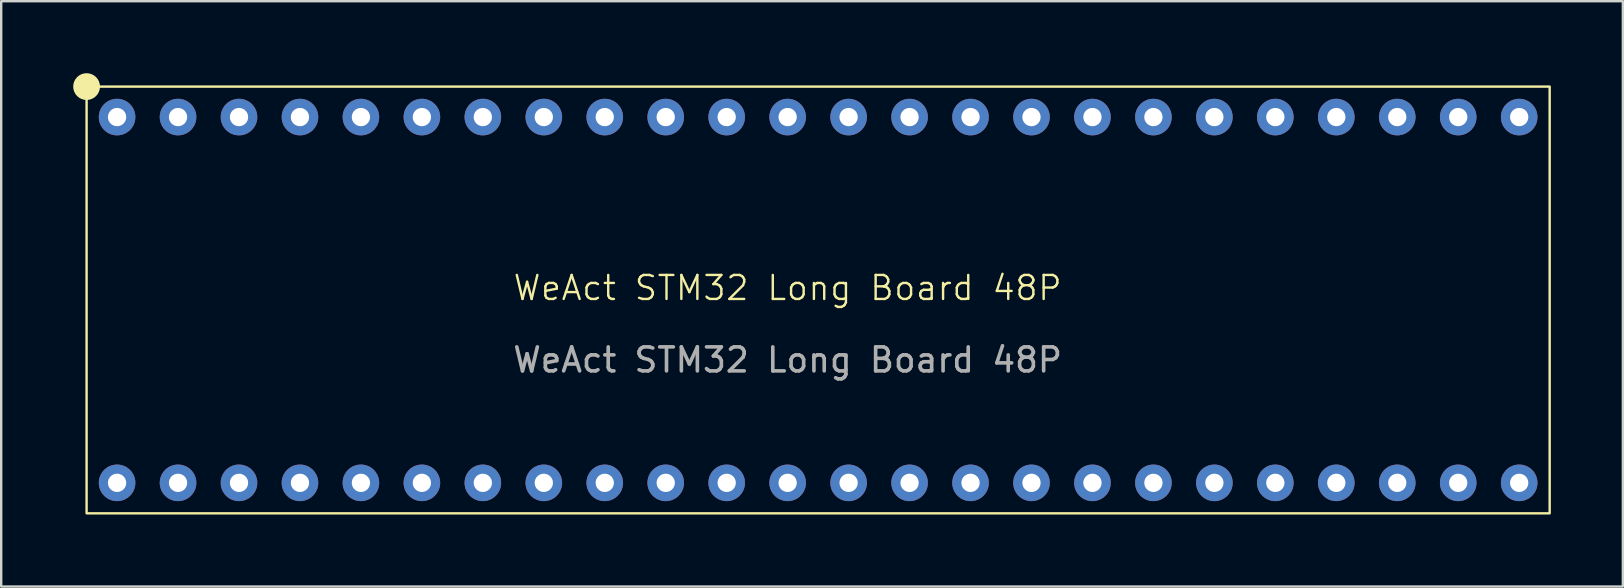
<source format=kicad_pcb>
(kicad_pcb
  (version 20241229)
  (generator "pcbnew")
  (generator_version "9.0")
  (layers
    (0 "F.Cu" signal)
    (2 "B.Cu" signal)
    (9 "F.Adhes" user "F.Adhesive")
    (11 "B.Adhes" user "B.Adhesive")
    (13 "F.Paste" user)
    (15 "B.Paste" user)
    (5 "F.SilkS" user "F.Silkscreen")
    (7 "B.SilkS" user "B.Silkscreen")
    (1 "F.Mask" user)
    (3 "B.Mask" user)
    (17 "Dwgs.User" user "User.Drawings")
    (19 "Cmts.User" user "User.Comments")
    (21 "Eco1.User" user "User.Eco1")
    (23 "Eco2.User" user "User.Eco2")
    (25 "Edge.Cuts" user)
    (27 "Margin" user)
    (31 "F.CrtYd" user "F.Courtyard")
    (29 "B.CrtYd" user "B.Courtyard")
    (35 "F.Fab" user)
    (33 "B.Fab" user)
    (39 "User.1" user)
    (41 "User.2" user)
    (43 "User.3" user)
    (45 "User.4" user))
  (footprint "WeAct STM32 Long Board 48P"
    (layer "F.Cu")
    (at 29.768 9.448)
    (property "Reference" "WeAct STM32 Long Board 48P" (at 0 -0.5 0) (unlocked yes) (layer "F.SilkS") (effects (font (size 1 1) (thickness 0.1))))
    (attr through_hole)
    (fp_rect (start -29.21 -8.89) (end 31.75 8.89) (stroke (width 0.1) (type default)) (fill no) (layer "F.SilkS"))
    (fp_circle (center -29.21 -8.89) (end -28.702 -8.89) (stroke (width 0.1) (type default)) (fill yes) (layer "F.SilkS"))
    (fp_text user "${REFERENCE}" (at 0 2.5 0) (unlocked yes) (layer "F.Fab") (effects (font (size 1 1) (thickness 0.15))))
    (pad "1" thru_hole circle (at -27.94 -7.62) (size 1.524 1.524) (drill 0.762) (layers "*.Cu" "*.Mask"))
    (pad "2" thru_hole circle (at -25.4 -7.62) (size 1.524 1.524) (drill 0.762) (layers "*.Cu" "*.Mask"))
    (pad "3" thru_hole circle (at -22.86 -7.62) (size 1.524 1.524) (drill 0.762) (layers "*.Cu" "*.Mask"))
    (pad "4" thru_hole circle (at -20.32 -7.62) (size 1.524 1.524) (drill 0.762) (layers "*.Cu" "*.Mask"))
    (pad "5" thru_hole circle (at -17.78 -7.62) (size 1.524 1.524) (drill 0.762) (layers "*.Cu" "*.Mask"))
    (pad "6" thru_hole circle (at -15.24 -7.62) (size 1.524 1.524) (drill 0.762) (layers "*.Cu" "*.Mask"))
    (pad "7" thru_hole circle (at -12.7 -7.62) (size 1.524 1.524) (drill 0.762) (layers "*.Cu" "*.Mask"))
    (pad "8" thru_hole circle (at -10.16 -7.62) (size 1.524 1.524) (drill 0.762) (layers "*.Cu" "*.Mask"))
    (pad "9" thru_hole circle (at -7.62 -7.62) (size 1.524 1.524) (drill 0.762) (layers "*.Cu" "*.Mask"))
    (pad "10" thru_hole circle (at -5.08 -7.62) (size 1.524 1.524) (drill 0.762) (layers "*.Cu" "*.Mask"))
    (pad "11" thru_hole circle (at -2.54 -7.62) (size 1.524 1.524) (drill 0.762) (layers "*.Cu" "*.Mask"))
    (pad "12" thru_hole circle (at 0 -7.62) (size 1.524 1.524) (drill 0.762) (layers "*.Cu" "*.Mask"))
    (pad "13" thru_hole circle (at 2.54 -7.62) (size 1.524 1.524) (drill 0.762) (layers "*.Cu" "*.Mask"))
    (pad "14" thru_hole circle (at 5.08 -7.62) (size 1.524 1.524) (drill 0.762) (layers "*.Cu" "*.Mask"))
    (pad "15" thru_hole circle (at 7.62 -7.62) (size 1.524 1.524) (drill 0.762) (layers "*.Cu" "*.Mask"))
    (pad "16" thru_hole circle (at 10.16 -7.62) (size 1.524 1.524) (drill 0.762) (layers "*.Cu" "*.Mask"))
    (pad "17" thru_hole circle (at 12.7 -7.62) (size 1.524 1.524) (drill 0.762) (layers "*.Cu" "*.Mask"))
    (pad "18" thru_hole circle (at 15.24 -7.62) (size 1.524 1.524) (drill 0.762) (layers "*.Cu" "*.Mask"))
    (pad "19" thru_hole circle (at 17.78 -7.62) (size 1.524 1.524) (drill 0.762) (layers "*.Cu" "*.Mask"))
    (pad "20" thru_hole circle (at 20.32 -7.62) (size 1.524 1.524) (drill 0.762) (layers "*.Cu" "*.Mask"))
    (pad "21" thru_hole circle (at 22.86 -7.62) (size 1.524 1.524) (drill 0.762) (layers "*.Cu" "*.Mask"))
    (pad "22" thru_hole circle (at 25.4 -7.62) (size 1.524 1.524) (drill 0.762) (layers "*.Cu" "*.Mask"))
    (pad "23" thru_hole circle (at 27.94 -7.62) (size 1.524 1.524) (drill 0.762) (layers "*.Cu" "*.Mask"))
    (pad "24" thru_hole circle (at 30.48 -7.62) (size 1.524 1.524) (drill 0.762) (layers "*.Cu" "*.Mask"))
    (pad "25" thru_hole circle (at -27.94 7.62) (size 1.524 1.524) (drill 0.762) (layers "*.Cu" "*.Mask"))
    (pad "26" thru_hole circle (at -25.4 7.62) (size 1.524 1.524) (drill 0.762) (layers "*.Cu" "*.Mask"))
    (pad "27" thru_hole circle (at -22.86 7.62) (size 1.524 1.524) (drill 0.762) (layers "*.Cu" "*.Mask"))
    (pad "28" thru_hole circle (at -20.32 7.62) (size 1.524 1.524) (drill 0.762) (layers "*.Cu" "*.Mask"))
    (pad "29" thru_hole circle (at -17.78 7.62) (size 1.524 1.524) (drill 0.762) (layers "*.Cu" "*.Mask"))
    (pad "30" thru_hole circle (at -15.24 7.62) (size 1.524 1.524) (drill 0.762) (layers "*.Cu" "*.Mask"))
    (pad "31" thru_hole circle (at -12.7 7.62) (size 1.524 1.524) (drill 0.762) (layers "*.Cu" "*.Mask"))
    (pad "32" thru_hole circle (at -10.16 7.62) (size 1.524 1.524) (drill 0.762) (layers "*.Cu" "*.Mask"))
    (pad "33" thru_hole circle (at -7.62 7.62) (size 1.524 1.524) (drill 0.762) (layers "*.Cu" "*.Mask"))
    (pad "34" thru_hole circle (at -5.08 7.62) (size 1.524 1.524) (drill 0.762) (layers "*.Cu" "*.Mask"))
    (pad "35" thru_hole circle (at -2.54 7.62) (size 1.524 1.524) (drill 0.762) (layers "*.Cu" "*.Mask"))
    (pad "36" thru_hole circle (at 0 7.62) (size 1.524 1.524) (drill 0.762) (layers "*.Cu" "*.Mask"))
    (pad "37" thru_hole circle (at 2.54 7.62) (size 1.524 1.524) (drill 0.762) (layers "*.Cu" "*.Mask"))
    (pad "38" thru_hole circle (at 5.08 7.62) (size 1.524 1.524) (drill 0.762) (layers "*.Cu" "*.Mask"))
    (pad "39" thru_hole circle (at 7.62 7.62) (size 1.524 1.524) (drill 0.762) (layers "*.Cu" "*.Mask"))
    (pad "40" thru_hole circle (at 10.16 7.62) (size 1.524 1.524) (drill 0.762) (layers "*.Cu" "*.Mask"))
    (pad "41" thru_hole circle (at 12.7 7.62) (size 1.524 1.524) (drill 0.762) (layers "*.Cu" "*.Mask"))
    (pad "42" thru_hole circle (at 15.24 7.62) (size 1.524 1.524) (drill 0.762) (layers "*.Cu" "*.Mask"))
    (pad "43" thru_hole circle (at 17.78 7.62) (size 1.524 1.524) (drill 0.762) (layers "*.Cu" "*.Mask"))
    (pad "44" thru_hole circle (at 20.32 7.62) (size 1.524 1.524) (drill 0.762) (layers "*.Cu" "*.Mask"))
    (pad "45" thru_hole circle (at 22.86 7.62) (size 1.524 1.524) (drill 0.762) (layers "*.Cu" "*.Mask"))
    (pad "46" thru_hole circle (at 25.4 7.62) (size 1.524 1.524) (drill 0.762) (layers "*.Cu" "*.Mask"))
    (pad "47" thru_hole circle (at 27.94 7.62) (size 1.524 1.524) (drill 0.762) (layers "*.Cu" "*.Mask"))
    (pad "48" thru_hole circle (at 30.48 7.62) (size 1.524 1.524) (drill 0.762) (layers "*.Cu" "*.Mask")))
  (gr_rect
    (start -3 -3)
    (end 64.568 21.388)
    (stroke (width 0.1) (type default))
    (fill no)
    (layer "Edge.Cuts")))
</source>
